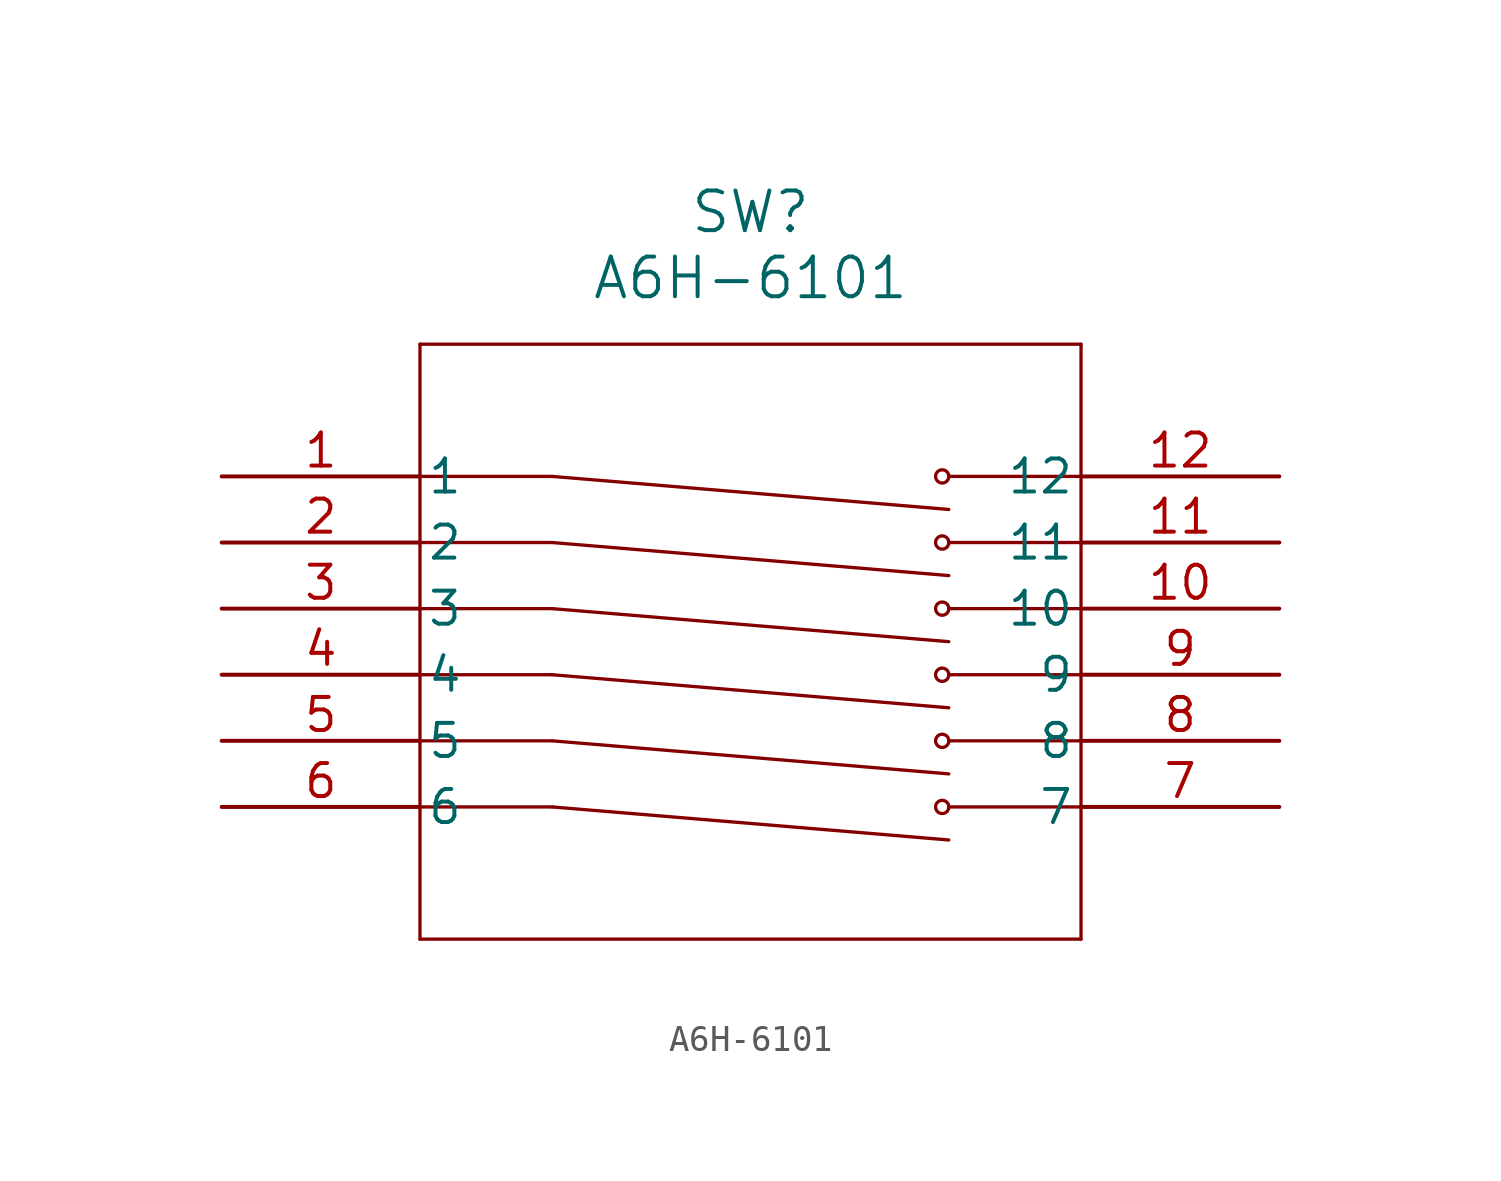
<source format=kicad_sym>
(kicad_symbol_lib
  (version 20211014)
  (generator kicad_symbol_editor)
  (symbol "A6H-6101"
    (pin_names
      (offset 0.254))
    (property "Reference" "SW"
      (at 20.32 10.16 0)
      (effects (font (size 1.524 1.524))))
    (property "Value" "A6H-6101"
      (at 20.32 7.62 0)
      (effects (font (size 1.524 1.524))))
    (symbol "A6H-6101_0_1"
      (polyline (pts (xy 7.62 5.08) (xy 7.62 -17.78)) (stroke (width 0.127) (type default) (color 0 0 0 0)) (fill (type none)))
      (polyline (pts (xy 7.62 -17.78) (xy 33.02 -17.78)) (stroke (width 0.127) (type default) (color 0 0 0 0)) (fill (type none)))
      (polyline (pts (xy 33.02 -17.78) (xy 33.02 5.08)) (stroke (width 0.127) (type default) (color 0 0 0 0)) (fill (type none)))
      (polyline (pts (xy 33.02 5.08) (xy 7.62 5.08)) (stroke (width 0.127) (type default) (color 0 0 0 0)) (fill (type none)))
      (polyline (pts (xy 7.62 0) (xy 12.7 0)) (stroke (width 0.127) (type default) (color 0 0 0 0)) (fill (type none)))
      (polyline (pts (xy 33.02 0) (xy 27.94 0)) (stroke (width 0.127) (type default) (color 0 0 0 0)) (fill (type none)))
      (polyline (pts (xy 12.7 0) (xy 27.94 -1.27)) (stroke (width 0.127) (type default) (color 0 0 0 0)) (fill (type none)))
      (circle (center 27.686 0) (radius 0.254) (stroke (width 0.127) (type default) (color 0 0 0 0)) (fill (type none)))
      (polyline (pts (xy 7.62 -2.54) (xy 12.7 -2.54)) (stroke (width 0.127) (type default) (color 0 0 0 0)) (fill (type none)))
      (polyline (pts (xy 33.02 -2.54) (xy 27.94 -2.54)) (stroke (width 0.127) (type default) (color 0 0 0 0)) (fill (type none)))
      (polyline (pts (xy 12.7 -2.54) (xy 27.94 -3.81)) (stroke (width 0.127) (type default) (color 0 0 0 0)) (fill (type none)))
      (circle (center 27.686 -2.54) (radius 0.254) (stroke (width 0.127) (type default) (color 0 0 0 0)) (fill (type none)))
      (polyline (pts (xy 7.62 -5.08) (xy 12.7 -5.08)) (stroke (width 0.127) (type default) (color 0 0 0 0)) (fill (type none)))
      (polyline (pts (xy 33.02 -5.08) (xy 27.94 -5.08)) (stroke (width 0.127) (type default) (color 0 0 0 0)) (fill (type none)))
      (polyline (pts (xy 12.7 -5.08) (xy 27.94 -6.35)) (stroke (width 0.127) (type default) (color 0 0 0 0)) (fill (type none)))
      (circle (center 27.686 -5.08) (radius 0.254) (stroke (width 0.127) (type default) (color 0 0 0 0)) (fill (type none)))
      (polyline (pts (xy 7.62 -7.62) (xy 12.7 -7.62)) (stroke (width 0.127) (type default) (color 0 0 0 0)) (fill (type none)))
      (polyline (pts (xy 33.02 -7.62) (xy 27.94 -7.62)) (stroke (width 0.127) (type default) (color 0 0 0 0)) (fill (type none)))
      (polyline (pts (xy 12.7 -7.62) (xy 27.94 -8.89)) (stroke (width 0.127) (type default) (color 0 0 0 0)) (fill (type none)))
      (circle (center 27.686 -7.62) (radius 0.254) (stroke (width 0.127) (type default) (color 0 0 0 0)) (fill (type none)))
      (polyline (pts (xy 7.62 -10.16) (xy 12.7 -10.16)) (stroke (width 0.127) (type default) (color 0 0 0 0)) (fill (type none)))
      (polyline (pts (xy 33.02 -10.16) (xy 27.94 -10.16)) (stroke (width 0.127) (type default) (color 0 0 0 0)) (fill (type none)))
      (polyline (pts (xy 12.7 -10.16) (xy 27.94 -11.43)) (stroke (width 0.127) (type default) (color 0 0 0 0)) (fill (type none)))
      (circle (center 27.686 -10.16) (radius 0.254) (stroke (width 0.127) (type default) (color 0 0 0 0)) (fill (type none)))
      (polyline (pts (xy 7.62 -12.7) (xy 12.7 -12.7)) (stroke (width 0.127) (type default) (color 0 0 0 0)) (fill (type none)))
      (polyline (pts (xy 33.02 -12.7) (xy 27.94 -12.7)) (stroke (width 0.127) (type default) (color 0 0 0 0)) (fill (type none)))
      (polyline (pts (xy 12.7 -12.7) (xy 27.94 -13.97)) (stroke (width 0.127) (type default) (color 0 0 0 0)) (fill (type none)))
      (circle (center 27.686 -12.7) (radius 0.254) (stroke (width 0.127) (type default) (color 0 0 0 0)) (fill (type none)))
      (pin unspecified line (at 0 0 0) (length 7.62) (name "1" (effects (font (size 1.27 1.27)))) (number "1" (effects (font (size 1.27 1.27)))))
      (pin unspecified line (at 0 -2.54 0) (length 7.62) (name "2" (effects (font (size 1.27 1.27)))) (number "2" (effects (font (size 1.27 1.27)))))
      (pin unspecified line (at 0 -5.08 0) (length 7.62) (name "3" (effects (font (size 1.27 1.27)))) (number "3" (effects (font (size 1.27 1.27)))))
      (pin unspecified line (at 0 -7.62 0) (length 7.62) (name "4" (effects (font (size 1.27 1.27)))) (number "4" (effects (font (size 1.27 1.27)))))
      (pin unspecified line (at 0 -10.16 0) (length 7.62) (name "5" (effects (font (size 1.27 1.27)))) (number "5" (effects (font (size 1.27 1.27)))))
      (pin unspecified line (at 0 -12.7 0) (length 7.62) (name "6" (effects (font (size 1.27 1.27)))) (number "6" (effects (font (size 1.27 1.27)))))
      (pin unspecified line (at 40.64 -12.7 180) (length 7.62) (name "7" (effects (font (size 1.27 1.27)))) (number "7" (effects (font (size 1.27 1.27)))))
      (pin unspecified line (at 40.64 -10.16 180) (length 7.62) (name "8" (effects (font (size 1.27 1.27)))) (number "8" (effects (font (size 1.27 1.27)))))
      (pin unspecified line (at 40.64 -7.62 180) (length 7.62) (name "9" (effects (font (size 1.27 1.27)))) (number "9" (effects (font (size 1.27 1.27)))))
      (pin unspecified line (at 40.64 -5.08 180) (length 7.62) (name "10" (effects (font (size 1.27 1.27)))) (number "10" (effects (font (size 1.27 1.27)))))
      (pin unspecified line (at 40.64 -2.54 180) (length 7.62) (name "11" (effects (font (size 1.27 1.27)))) (number "11" (effects (font (size 1.27 1.27)))))
      (pin unspecified line (at 40.64 0 180) (length 7.62) (name "12" (effects (font (size 1.27 1.27)))) (number "12" (effects (font (size 1.27 1.27))))))))
</source>
